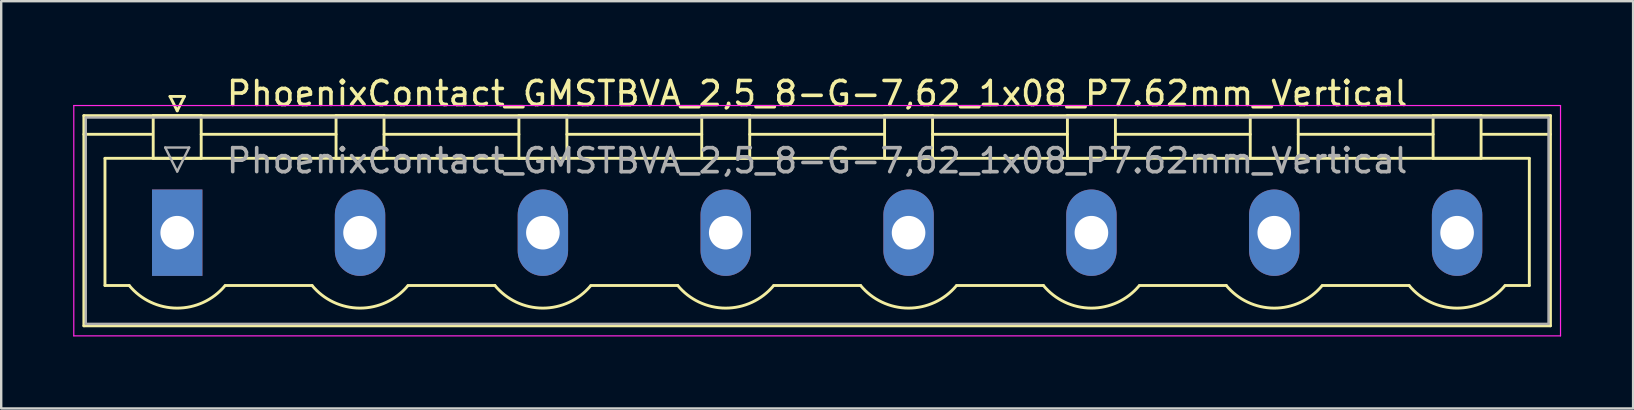
<source format=kicad_pcb>
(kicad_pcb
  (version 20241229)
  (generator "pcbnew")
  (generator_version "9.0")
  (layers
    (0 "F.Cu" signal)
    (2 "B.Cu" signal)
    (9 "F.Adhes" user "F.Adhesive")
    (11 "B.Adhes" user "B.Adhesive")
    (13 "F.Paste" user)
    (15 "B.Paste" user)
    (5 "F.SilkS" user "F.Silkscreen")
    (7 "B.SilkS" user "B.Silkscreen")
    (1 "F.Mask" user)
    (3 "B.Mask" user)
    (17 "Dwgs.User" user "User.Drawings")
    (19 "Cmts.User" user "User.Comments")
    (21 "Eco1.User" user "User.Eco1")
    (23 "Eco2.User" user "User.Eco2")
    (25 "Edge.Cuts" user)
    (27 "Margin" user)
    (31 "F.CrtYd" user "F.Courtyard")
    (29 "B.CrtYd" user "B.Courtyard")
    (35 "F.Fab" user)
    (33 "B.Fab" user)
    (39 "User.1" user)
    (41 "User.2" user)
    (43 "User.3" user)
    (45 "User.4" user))
  (footprint "PhoenixContact_GMSTBVA_2,5_8-G-7,62_1x08_P7.62mm_Vertical"
    (layer "F.Cu")
    (at 4.335 6.648)
    (property "Reference" "PhoenixContact_GMSTBVA_2,5_8-G-7,62_1x08_P7.62mm_Vertical" (at 26.67 -5.8 0) (layer "F.SilkS") (effects (font (size 1 1) (thickness 0.15))))
    (attr through_hole)
    (fp_line (start -3.89 -4.88) (end -3.89 3.88) (stroke (width 0.12) (type solid)) (layer "F.SilkS"))
    (fp_line (start -3.89 -4.1) (end -1.08 -4.1) (stroke (width 0.12) (type solid)) (layer "F.SilkS"))
    (fp_line (start -3.89 3.88) (end 57.23 3.88) (stroke (width 0.12) (type solid)) (layer "F.SilkS"))
    (fp_line (start -3.01 -3.1) (end 56.35 -3.1) (stroke (width 0.12) (type solid)) (layer "F.SilkS"))
    (fp_line (start -3.01 2.2) (end -3.01 -3.1) (stroke (width 0.12) (type solid)) (layer "F.SilkS"))
    (fp_line (start -2 2.2) (end -3.01 2.2) (stroke (width 0.12) (type solid)) (layer "F.SilkS"))
    (fp_line (start -1 -4.88) (end 1 -4.88) (stroke (width 0.12) (type solid)) (layer "F.SilkS"))
    (fp_line (start -1 -3.1) (end -1 -4.88) (stroke (width 0.12) (type solid)) (layer "F.SilkS"))
    (fp_line (start -0.3 -5.68) (end 0.3 -5.68) (stroke (width 0.12) (type solid)) (layer "F.SilkS"))
    (fp_line (start 0 -5.08) (end -0.3 -5.68) (stroke (width 0.12) (type solid)) (layer "F.SilkS"))
    (fp_line (start 0.3 -5.68) (end 0 -5.08) (stroke (width 0.12) (type solid)) (layer "F.SilkS"))
    (fp_line (start 1 -4.88) (end 1 -3.1) (stroke (width 0.12) (type solid)) (layer "F.SilkS"))
    (fp_line (start 1 -4.1) (end 6.62 -4.1) (stroke (width 0.12) (type solid)) (layer "F.SilkS"))
    (fp_line (start 1 -3.1) (end -1 -3.1) (stroke (width 0.12) (type solid)) (layer "F.SilkS"))
    (fp_line (start 2 2.2) (end 5.62 2.2) (stroke (width 0.12) (type solid)) (layer "F.SilkS"))
    (fp_line (start 6.62 -4.88) (end 8.62 -4.88) (stroke (width 0.12) (type solid)) (layer "F.SilkS"))
    (fp_line (start 6.62 -3.1) (end 6.62 -4.88) (stroke (width 0.12) (type solid)) (layer "F.SilkS"))
    (fp_line (start 8.62 -4.88) (end 8.62 -3.1) (stroke (width 0.12) (type solid)) (layer "F.SilkS"))
    (fp_line (start 8.62 -4.1) (end 14.24 -4.1) (stroke (width 0.12) (type solid)) (layer "F.SilkS"))
    (fp_line (start 8.62 -3.1) (end 6.62 -3.1) (stroke (width 0.12) (type solid)) (layer "F.SilkS"))
    (fp_line (start 9.62 2.2) (end 13.24 2.2) (stroke (width 0.12) (type solid)) (layer "F.SilkS"))
    (fp_line (start 14.24 -4.88) (end 16.24 -4.88) (stroke (width 0.12) (type solid)) (layer "F.SilkS"))
    (fp_line (start 14.24 -3.1) (end 14.24 -4.88) (stroke (width 0.12) (type solid)) (layer "F.SilkS"))
    (fp_line (start 16.24 -4.88) (end 16.24 -3.1) (stroke (width 0.12) (type solid)) (layer "F.SilkS"))
    (fp_line (start 16.24 -4.1) (end 21.86 -4.1) (stroke (width 0.12) (type solid)) (layer "F.SilkS"))
    (fp_line (start 16.24 -3.1) (end 14.24 -3.1) (stroke (width 0.12) (type solid)) (layer "F.SilkS"))
    (fp_line (start 17.24 2.2) (end 20.86 2.2) (stroke (width 0.12) (type solid)) (layer "F.SilkS"))
    (fp_line (start 21.86 -4.88) (end 23.86 -4.88) (stroke (width 0.12) (type solid)) (layer "F.SilkS"))
    (fp_line (start 21.86 -3.1) (end 21.86 -4.88) (stroke (width 0.12) (type solid)) (layer "F.SilkS"))
    (fp_line (start 23.86 -4.88) (end 23.86 -3.1) (stroke (width 0.12) (type solid)) (layer "F.SilkS"))
    (fp_line (start 23.86 -4.1) (end 29.48 -4.1) (stroke (width 0.12) (type solid)) (layer "F.SilkS"))
    (fp_line (start 23.86 -3.1) (end 21.86 -3.1) (stroke (width 0.12) (type solid)) (layer "F.SilkS"))
    (fp_line (start 24.86 2.2) (end 28.48 2.2) (stroke (width 0.12) (type solid)) (layer "F.SilkS"))
    (fp_line (start 29.48 -4.88) (end 31.48 -4.88) (stroke (width 0.12) (type solid)) (layer "F.SilkS"))
    (fp_line (start 29.48 -3.1) (end 29.48 -4.88) (stroke (width 0.12) (type solid)) (layer "F.SilkS"))
    (fp_line (start 31.48 -4.88) (end 31.48 -3.1) (stroke (width 0.12) (type solid)) (layer "F.SilkS"))
    (fp_line (start 31.48 -4.1) (end 37.1 -4.1) (stroke (width 0.12) (type solid)) (layer "F.SilkS"))
    (fp_line (start 31.48 -3.1) (end 29.48 -3.1) (stroke (width 0.12) (type solid)) (layer "F.SilkS"))
    (fp_line (start 32.48 2.2) (end 36.1 2.2) (stroke (width 0.12) (type solid)) (layer "F.SilkS"))
    (fp_line (start 37.1 -4.88) (end 39.1 -4.88) (stroke (width 0.12) (type solid)) (layer "F.SilkS"))
    (fp_line (start 37.1 -3.1) (end 37.1 -4.88) (stroke (width 0.12) (type solid)) (layer "F.SilkS"))
    (fp_line (start 39.1 -4.88) (end 39.1 -3.1) (stroke (width 0.12) (type solid)) (layer "F.SilkS"))
    (fp_line (start 39.1 -4.1) (end 44.72 -4.1) (stroke (width 0.12) (type solid)) (layer "F.SilkS"))
    (fp_line (start 39.1 -3.1) (end 37.1 -3.1) (stroke (width 0.12) (type solid)) (layer "F.SilkS"))
    (fp_line (start 40.1 2.2) (end 43.72 2.2) (stroke (width 0.12) (type solid)) (layer "F.SilkS"))
    (fp_line (start 44.72 -4.88) (end 46.72 -4.88) (stroke (width 0.12) (type solid)) (layer "F.SilkS"))
    (fp_line (start 44.72 -3.1) (end 44.72 -4.88) (stroke (width 0.12) (type solid)) (layer "F.SilkS"))
    (fp_line (start 46.72 -4.88) (end 46.72 -3.1) (stroke (width 0.12) (type solid)) (layer "F.SilkS"))
    (fp_line (start 46.72 -4.1) (end 52.34 -4.1) (stroke (width 0.12) (type solid)) (layer "F.SilkS"))
    (fp_line (start 46.72 -3.1) (end 44.72 -3.1) (stroke (width 0.12) (type solid)) (layer "F.SilkS"))
    (fp_line (start 47.72 2.2) (end 51.34 2.2) (stroke (width 0.12) (type solid)) (layer "F.SilkS"))
    (fp_line (start 52.34 -4.88) (end 54.34 -4.88) (stroke (width 0.12) (type solid)) (layer "F.SilkS"))
    (fp_line (start 52.34 -3.1) (end 52.34 -4.88) (stroke (width 0.12) (type solid)) (layer "F.SilkS"))
    (fp_line (start 54.34 -4.88) (end 54.34 -3.1) (stroke (width 0.12) (type solid)) (layer "F.SilkS"))
    (fp_line (start 54.34 -3.1) (end 52.34 -3.1) (stroke (width 0.12) (type solid)) (layer "F.SilkS"))
    (fp_line (start 56.35 -3.1) (end 56.35 2.2) (stroke (width 0.12) (type solid)) (layer "F.SilkS"))
    (fp_line (start 56.35 2.2) (end 55.34 2.2) (stroke (width 0.12) (type solid)) (layer "F.SilkS"))
    (fp_line (start 57.23 -4.88) (end -3.89 -4.88) (stroke (width 0.12) (type solid)) (layer "F.SilkS"))
    (fp_line (start 57.23 -4.1) (end 54.42 -4.1) (stroke (width 0.12) (type solid)) (layer "F.SilkS"))
    (fp_line (start 57.23 3.88) (end 57.23 -4.88) (stroke (width 0.12) (type solid)) (layer "F.SilkS"))
    (fp_arc (start 1.986842 2.215821) (mid -0.010289 3.142758) (end -2 2.2) (stroke (width 0.12) (type solid)) (layer "F.SilkS"))
    (fp_arc (start 9.606842 2.215821) (mid 7.609711 3.142758) (end 5.62 2.2) (stroke (width 0.12) (type solid)) (layer "F.SilkS"))
    (fp_arc (start 17.226842 2.215821) (mid 15.229711 3.142758) (end 13.24 2.2) (stroke (width 0.12) (type solid)) (layer "F.SilkS"))
    (fp_arc (start 24.846842 2.215821) (mid 22.849711 3.142758) (end 20.86 2.2) (stroke (width 0.12) (type solid)) (layer "F.SilkS"))
    (fp_arc (start 32.466842 2.215821) (mid 30.469711 3.142758) (end 28.48 2.2) (stroke (width 0.12) (type solid)) (layer "F.SilkS"))
    (fp_arc (start 40.086842 2.215821) (mid 38.089711 3.142758) (end 36.1 2.2) (stroke (width 0.12) (type solid)) (layer "F.SilkS"))
    (fp_arc (start 47.706842 2.215821) (mid 45.709711 3.142758) (end 43.72 2.2) (stroke (width 0.12) (type solid)) (layer "F.SilkS"))
    (fp_arc (start 55.326842 2.215821) (mid 53.329711 3.142758) (end 51.34 2.2) (stroke (width 0.12) (type solid)) (layer "F.SilkS"))
    (fp_line (start -4.31 -5.3) (end -4.31 4.3) (stroke (width 0.05) (type solid)) (layer "F.CrtYd"))
    (fp_line (start -4.31 4.3) (end 57.65 4.3) (stroke (width 0.05) (type solid)) (layer "F.CrtYd"))
    (fp_line (start 57.65 -5.3) (end -4.31 -5.3) (stroke (width 0.05) (type solid)) (layer "F.CrtYd"))
    (fp_line (start 57.65 4.3) (end 57.65 -5.3) (stroke (width 0.05) (type solid)) (layer "F.CrtYd"))
    (fp_line (start -3.81 -4.8) (end -3.81 3.8) (stroke (width 0.1) (type solid)) (layer "F.Fab"))
    (fp_line (start -3.81 3.8) (end 57.15 3.8) (stroke (width 0.1) (type solid)) (layer "F.Fab"))
    (fp_line (start -0.5 -3.55) (end 0.5 -3.55) (stroke (width 0.1) (type solid)) (layer "F.Fab"))
    (fp_line (start 0 -2.55) (end -0.5 -3.55) (stroke (width 0.1) (type solid)) (layer "F.Fab"))
    (fp_line (start 0.5 -3.55) (end 0 -2.55) (stroke (width 0.1) (type solid)) (layer "F.Fab"))
    (fp_line (start 57.15 -4.8) (end -3.81 -4.8) (stroke (width 0.1) (type solid)) (layer "F.Fab"))
    (fp_line (start 57.15 3.8) (end 57.15 -4.8) (stroke (width 0.1) (type solid)) (layer "F.Fab"))
    (fp_text user "${REFERENCE}" (at 26.67 -3 0) (layer "F.Fab") (effects (font (size 1 1) (thickness 0.15))))
    (pad "1" thru_hole rect (at 0 0) (size 2.1 3.6) (drill 1.4) (layers "*.Cu" "*.Mask"))
    (pad "2" thru_hole oval (at 7.62 0) (size 2.1 3.6) (drill 1.4) (layers "*.Cu" "*.Mask"))
    (pad "3" thru_hole oval (at 15.24 0) (size 2.1 3.6) (drill 1.4) (layers "*.Cu" "*.Mask"))
    (pad "4" thru_hole oval (at 22.86 0) (size 2.1 3.6) (drill 1.4) (layers "*.Cu" "*.Mask"))
    (pad "5" thru_hole oval (at 30.48 0) (size 2.1 3.6) (drill 1.4) (layers "*.Cu" "*.Mask"))
    (pad "6" thru_hole oval (at 38.1 0) (size 2.1 3.6) (drill 1.4) (layers "*.Cu" "*.Mask"))
    (pad "7" thru_hole oval (at 45.72 0) (size 2.1 3.6) (drill 1.4) (layers "*.Cu" "*.Mask"))
    (pad "8" thru_hole oval (at 53.34 0) (size 2.1 3.6) (drill 1.4) (layers "*.Cu" "*.Mask")))
  (gr_rect
    (start -3 -3)
    (end 65.01 13.973)
    (stroke (width 0.1) (type default))
    (fill no)
    (layer "Edge.Cuts")))
</source>
